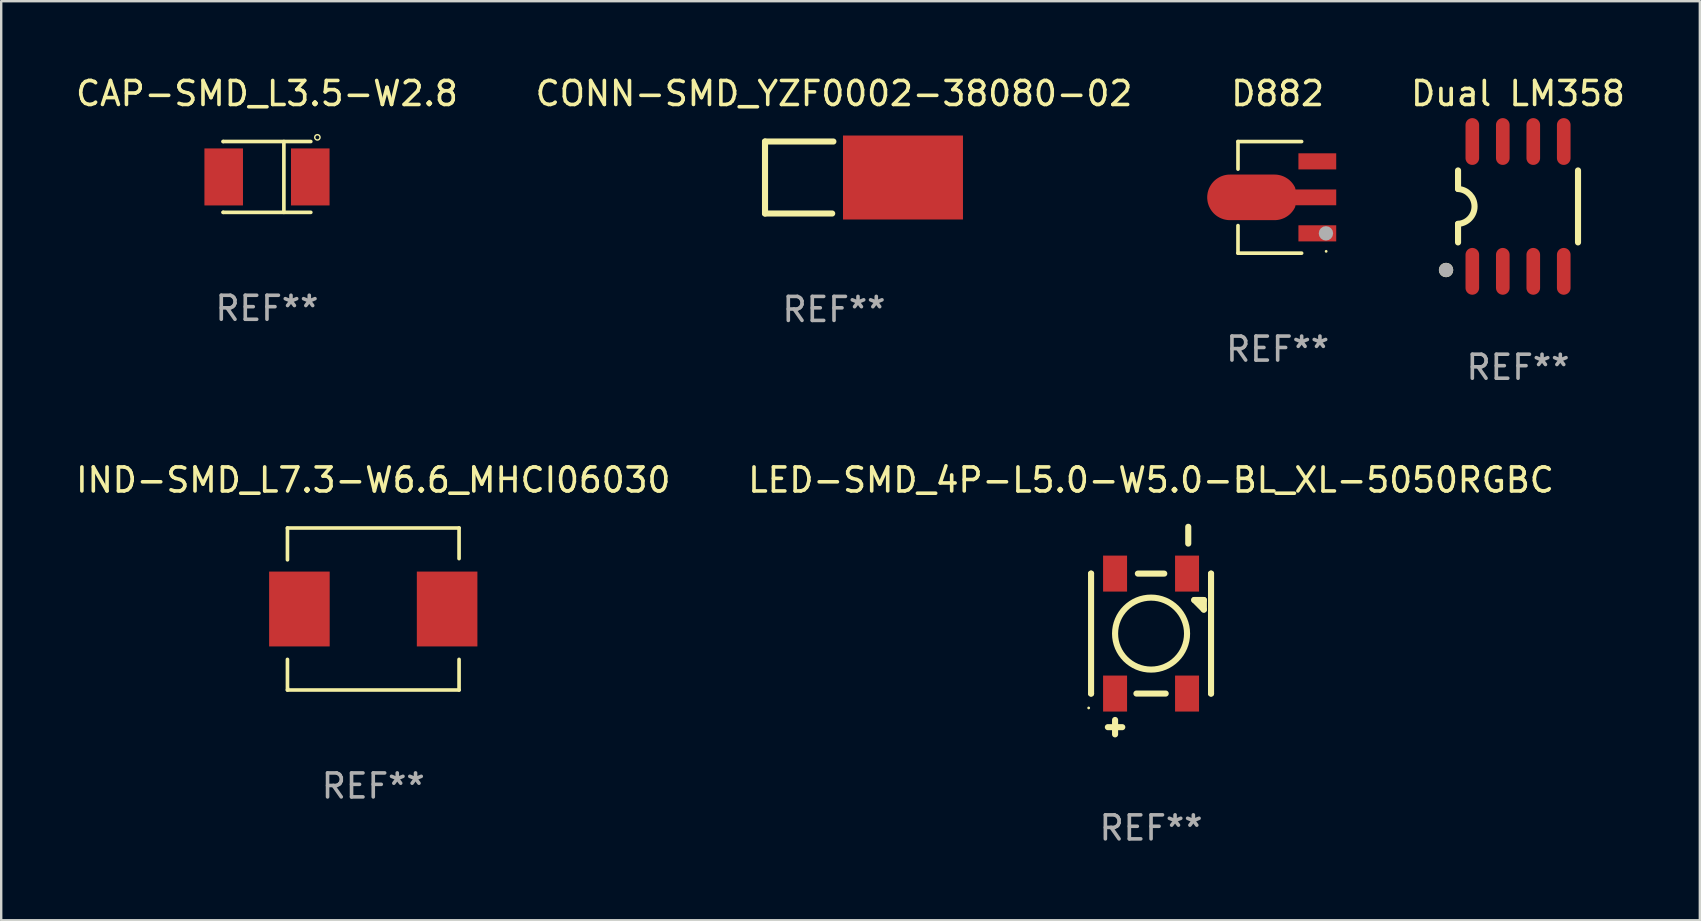
<source format=kicad_pcb>
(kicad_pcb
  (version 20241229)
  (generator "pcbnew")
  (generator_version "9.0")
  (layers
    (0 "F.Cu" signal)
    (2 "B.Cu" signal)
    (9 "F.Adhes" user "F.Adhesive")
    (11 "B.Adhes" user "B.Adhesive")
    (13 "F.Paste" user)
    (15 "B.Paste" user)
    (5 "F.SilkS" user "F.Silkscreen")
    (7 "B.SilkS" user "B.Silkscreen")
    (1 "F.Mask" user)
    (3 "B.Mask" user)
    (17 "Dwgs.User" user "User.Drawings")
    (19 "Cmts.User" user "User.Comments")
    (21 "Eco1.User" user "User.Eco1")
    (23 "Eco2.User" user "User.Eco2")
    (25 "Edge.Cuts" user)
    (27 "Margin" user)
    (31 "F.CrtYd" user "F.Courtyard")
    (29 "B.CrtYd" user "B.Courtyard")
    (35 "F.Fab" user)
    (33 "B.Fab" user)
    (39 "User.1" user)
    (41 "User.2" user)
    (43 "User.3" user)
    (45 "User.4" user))
  (footprint "LED-SMD_4P-L5.0-W5.0-BL_XL-5050RGBC"
    (layer "F.Cu")
    (at 44.922 23.355)
    (property "Reference" "LED-SMD_4P-L5.0-W5.0-BL_XL-5050RGBC" (at 0.000127 -6.4 0) (layer "F.SilkS") (effects (font (size 1 1) (thickness 0.15))))
    (attr smd)
    (fp_line (start -2.5 -2.499) (end -2.5 -2.499) (stroke (width 0.254) (type solid)) (layer "F.SilkS"))
    (fp_line (start -2.5 2.501) (end -2.5 -2.499) (stroke (width 0.254) (type solid)) (layer "F.SilkS"))
    (fp_line (start -2.5 2.501) (end -2.5 2.501) (stroke (width 0.254) (type solid)) (layer "F.SilkS"))
    (fp_line (start -1.8 3.9) (end -1.2 3.9) (stroke (width 0.254) (type solid)) (layer "F.SilkS"))
    (fp_line (start -1.5 4.2) (end -1.5 3.6) (stroke (width 0.254) (type solid)) (layer "F.SilkS"))
    (fp_line (start -0.61 2.5) (end 0.61 2.5) (stroke (width 0.254) (type solid)) (layer "F.SilkS"))
    (fp_line (start -0.55 -2.499) (end 0.55 -2.499) (stroke (width 0.254) (type solid)) (layer "F.SilkS"))
    (fp_line (start 1.55 -4.45) (end 1.55 -3.75) (stroke (width 0.254) (type solid)) (layer "F.SilkS"))
    (fp_line (start 1.8 -1.399) (end 2.2 -1.399) (stroke (width 0.254) (type solid)) (layer "F.SilkS"))
    (fp_line (start 2.2 -0.999) (end 1.8 -1.399) (stroke (width 0.254) (type solid)) (layer "F.SilkS"))
    (fp_line (start 2.2 -1.399) (end 2.2 -0.999) (stroke (width 0.254) (type solid)) (layer "F.SilkS"))
    (fp_line (start 2.5 -2.499) (end 2.5 -2.499) (stroke (width 0.254) (type solid)) (layer "F.SilkS"))
    (fp_line (start 2.5 2.501) (end 2.5 -2.499) (stroke (width 0.254) (type solid)) (layer "F.SilkS"))
    (fp_line (start 2.5 2.501) (end 2.5 2.501) (stroke (width 0.254) (type solid)) (layer "F.SilkS"))
    (fp_circle (center -2.6 3.1) (end -2.57 3.1) (stroke (width 0.06) (type solid)) (fill no) (layer "F.SilkS"))
    (fp_circle (center 0 0.001) (end 1.5 0.001) (stroke (width 0.254) (type solid)) (fill no) (layer "F.SilkS"))
    (fp_text user "REF**" (at 0.000127 8.1 0) (layer "F.Fab") (effects (font (size 1 1) (thickness 0.15))))
    (pad "1" smd rect (at -1.5 2.5 90) (size 1.5 1) (layers "F.Cu" "F.Mask" "F.Paste"))
    (pad "2" smd rect (at 1.5 2.5 90) (size 1.5 1) (layers "F.Cu" "F.Mask" "F.Paste"))
    (pad "3" smd rect (at 1.5 -2.5 90) (size 1.5 1) (layers "F.Cu" "F.Mask" "F.Paste"))
    (pad "4" smd rect (at -1.5 -2.5 90) (size 1.5 1) (layers "F.Cu" "F.Mask" "F.Paste")))
  (footprint "CONN-SMD_YZF0002-38080-02"
    (layer "F.Cu")
    (at 34.583 4.348)
    (property "Reference" "CONN-SMD_YZF0002-38080-02" (at -2.875 -3.5 0) (layer "F.SilkS") (effects (font (size 1 1) (thickness 0.15))))
    (attr smd)
    (fp_line (start -5.75 -1.5) (end -5.75 1.5) (stroke (width 0.254) (type solid)) (layer "F.SilkS"))
    (fp_line (start -5.75 1.5) (end -2.95 1.5) (stroke (width 0.254) (type solid)) (layer "F.SilkS"))
    (fp_line (start -2.9 -1.5) (end -5.75 -1.5) (stroke (width 0.254) (type solid)) (layer "F.SilkS"))
    (fp_text user "REF**" (at -2.875 5.5 0) (layer "F.Fab") (effects (font (size 1 1) (thickness 0.15))))
    (pad "1" smd rect (at 0 0) (size 5 3.5) (layers "F.Cu" "F.Mask" "F.Paste")))
  (footprint "CAP-SMD_L3.5-W2.8"
    (layer "F.Cu")
    (at 8.077 4.324)
    (property "Reference" "CAP-SMD_L3.5-W2.8" (at 0 -3.476 0) (layer "F.SilkS") (effects (font (size 1 1) (thickness 0.15))))
    (attr smd)
    (fp_line (start -1.826 -1.476) (end -1.826 -1.476) (stroke (width 0.152) (type solid)) (layer "F.SilkS"))
    (fp_line (start -1.826 -1.476) (end 1.826 -1.476) (stroke (width 0.152) (type solid)) (layer "F.SilkS"))
    (fp_line (start -1.826 1.476) (end -1.826 1.476) (stroke (width 0.152) (type solid)) (layer "F.SilkS"))
    (fp_line (start -1.826 1.476) (end 1.826 1.476) (stroke (width 0.152) (type solid)) (layer "F.SilkS"))
    (fp_line (start 0.704 -1.476) (end 0.704 1.476) (stroke (width 0.152) (type solid)) (layer "F.SilkS"))
    (fp_circle (center 2.1 -1.65) (end 2.2 -1.7) (stroke (width 0.06) (type solid)) (fill no) (layer "F.SilkS"))
    (fp_text user "REF**" (at 0 5.476 0) (layer "F.Fab") (effects (font (size 1 1) (thickness 0.15))))
    (pad "1" smd rect (at 1.804 0) (size 1.607 2.376) (layers "F.Cu" "F.Mask" "F.Paste"))
    (pad "2" smd rect (at -1.804 0) (size 1.607 2.376) (layers "F.Cu" "F.Mask" "F.Paste")))
  (footprint "Dual LM358"
    (layer "F.Cu")
    (at 60.216 5.553)
    (property "Reference" "Dual LM358" (at 0 -4.705 0) (layer "F.SilkS") (effects (font (size 1 1) (thickness 0.15))))
    (attr smd)
    (fp_line (start -2.5 -1.5) (end -2.5 -0.726) (stroke (width 0.254) (type solid)) (layer "F.SilkS"))
    (fp_line (start -2.5 1.5) (end -2.5 0.727) (stroke (width 0.254) (type solid)) (layer "F.SilkS"))
    (fp_line (start 2.5 -1.5) (end 2.5 1.5) (stroke (width 0.254) (type solid)) (layer "F.SilkS"))
    (fp_arc (start -2.495098 -0.726289) (mid -1.812145 0.002452) (end -2.499999 0.726568) (stroke (width 0.254001) (type solid)) (layer "F.SilkS"))
    (fp_circle (center -3 2.65) (end -2.85 2.65) (stroke (width 0.3) (type solid)) (fill no) (layer "F.SilkS"))
    (fp_circle (center -3 2.65) (end -2.85 2.65) (stroke (width 0.3) (type solid)) (fill no) (layer "F.Fab"))
    (fp_text user "REF**" (at 0 6.705 0) (layer "F.Fab") (effects (font (size 1 1) (thickness 0.15))))
    (pad "1" smd oval (at -1.905 2.705) (size 0.568 1.95) (layers "F.Cu" "F.Mask" "F.Paste"))
    (pad "2" smd oval (at -0.635 2.705) (size 0.568 1.95) (layers "F.Cu" "F.Mask" "F.Paste"))
    (pad "3" smd oval (at 0.635 2.705) (size 0.568 1.95) (layers "F.Cu" "F.Mask" "F.Paste"))
    (pad "4" smd oval (at 1.905 2.705) (size 0.568 1.95) (layers "F.Cu" "F.Mask" "F.Paste"))
    (pad "5" smd oval (at 1.905 -2.705) (size 0.568 1.95) (layers "F.Cu" "F.Mask" "F.Paste"))
    (pad "6" smd oval (at 0.635 -2.705) (size 0.568 1.95) (layers "F.Cu" "F.Mask" "F.Paste"))
    (pad "7" smd oval (at -0.635 -2.705) (size 0.568 1.95) (layers "F.Cu" "F.Mask" "F.Paste"))
    (pad "8" smd oval (at -1.905 -2.705) (size 0.568 1.95) (layers "F.Cu" "F.Mask" "F.Paste")))
  (footprint "IND-SMD_L7.3-W6.6_MHCI06030"
    (layer "F.Cu")
    (at 12.506 22.331)
    (property "Reference" "IND-SMD_L7.3-W6.6_MHCI06030" (at 0 -5.376 0) (layer "F.SilkS") (effects (font (size 1 1) (thickness 0.15))))
    (attr smd)
    (fp_line (start -3.576 -3.376) (end 3.576 -3.376) (stroke (width 0.152) (type solid)) (layer "F.SilkS"))
    (fp_line (start -3.576 -2.05) (end -3.576 -3.376) (stroke (width 0.152) (type solid)) (layer "F.SilkS"))
    (fp_line (start -3.576 2.1) (end -3.576 3.376) (stroke (width 0.152) (type solid)) (layer "F.SilkS"))
    (fp_line (start -3.576 3.376) (end 3.576 3.376) (stroke (width 0.152) (type solid)) (layer "F.SilkS"))
    (fp_line (start 3.576 -3.376) (end 3.576 -2.1) (stroke (width 0.152) (type solid)) (layer "F.SilkS"))
    (fp_line (start 3.576 3.376) (end 3.576 2.1) (stroke (width 0.152) (type solid)) (layer "F.SilkS"))
    (fp_circle (center -3.552 3.307) (end -3.522 3.307) (stroke (width 0.06) (type solid)) (fill no) (layer "F.SilkS"))
    (fp_text user "REF**" (at 0 7.376 0) (layer "F.Fab") (effects (font (size 1 1) (thickness 0.15))))
    (pad "1" smd rect (at -3.078 0) (size 2.524 3.12) (layers "F.Cu" "F.Mask" "F.Paste"))
    (pad "2" smd rect (at 3.078 0) (size 2.524 3.12) (layers "F.Cu" "F.Mask" "F.Paste")))
  (footprint "D882"
    (layer "F.Cu")
    (at 50.495 5.175)
    (property "Reference" "D882" (at -0.297 -4.326 0) (layer "F.SilkS") (effects (font (size 1 1) (thickness 0.15))))
    (attr smd)
    (fp_line (start -1.95 -2.326) (end -1.95 -1.177) (stroke (width 0.152) (type solid)) (layer "F.SilkS"))
    (fp_line (start -1.95 2.326) (end -1.95 1.177) (stroke (width 0.152) (type solid)) (layer "F.SilkS"))
    (fp_line (start 0.702 -2.326) (end -1.95 -2.326) (stroke (width 0.152) (type solid)) (layer "F.SilkS"))
    (fp_line (start 0.702 2.326) (end -1.95 2.326) (stroke (width 0.152) (type solid)) (layer "F.SilkS"))
    (fp_circle (center 1.724 2.25) (end 1.754 2.25) (stroke (width 0.06) (type solid)) (fill no) (layer "F.SilkS"))
    (fp_circle (center 1.715 1.5) (end 1.865 1.5) (stroke (width 0.3) (type solid)) (fill no) (layer "F.Fab"))
    (fp_text user "REF**" (at -0.297 6.326 0) (layer "F.Fab") (effects (font (size 1 1) (thickness 0.15))))
    (pad "1" smd rect (at 1.356 1.5) (size 1.575 0.672) (layers "F.Cu" "F.Mask" "F.Paste"))
    (pad "2" smd custom (at -1.356 0.000127) (size 0.1 0.1) (layers "F.Cu" "F.Mask" "F.Paste") (options (anchor circle)) (primitives (gr_poly (pts (xy -0.927 -0.95) (xy 0.927 -0.95) (xy 0.972 -0.949) (xy 1.016 -0.946) (xy 1.06 -0.941) (xy 1.104 -0.933) (xy 1.148 -0.924) (xy 1.191 -0.913) (xy 1.233 -0.899) (xy 1.275 -0.884) (xy 1.316 -0.867) (xy 1.357 -0.847) (xy 1.396 -0.826) (xy 1.434 -0.803) (xy 1.471 -0.779) (xy 1.507 -0.753) (xy 1.542 -0.725) (xy 1.575 -0.695) (xy 1.607 -0.664) (xy 1.637 -0.631) (xy 1.666 -0.597) (xy 1.693 -0.562) (xy 1.719 -0.525) (xy 1.742 -0.488) (xy 1.764 -0.449) (xy 1.785 -0.409) (xy 1.803 -0.33) (xy 3.5 -0.33) (xy 3.5 0.33) (xy 1.803 0.33) (xy 1.785 0.409) (xy 1.764 0.449) (xy 1.742 0.488) (xy 1.719 0.526) (xy 1.693 0.562) (xy 1.666 0.597) (xy 1.637 0.631) (xy 1.607 0.664) (xy 1.575 0.695) (xy 1.542 0.725) (xy 1.507 0.753) (xy 1.471 0.779) (xy 1.434 0.804) (xy 1.396 0.826) (xy 1.357 0.848) (xy 1.316 0.867) (xy 1.275 0.884) (xy 1.233 0.899) (xy 1.191 0.913) (xy 1.148 0.924) (xy 1.104 0.933) (xy 1.06 0.941) (xy 1.016 0.946) (xy 0.972 0.949) (xy 0.927 0.95) (xy -0.927 0.95) (xy -0.972 0.949) (xy -1.016 0.946) (xy -1.06 0.941) (xy -1.104 0.933) (xy -1.148 0.924) (xy -1.191 0.913) (xy -1.233 0.899) (xy -1.275 0.884) (xy -1.316 0.867) (xy -1.356 0.848) (xy -1.396 0.826) (xy -1.434 0.804) (xy -1.471 0.779) (xy -1.507 0.753) (xy -1.541 0.725) (xy -1.575 0.695) (xy -1.607 0.664) (xy -1.637 0.631) (xy -1.666 0.597) (xy -1.693 0.562) (xy -1.718 0.526) (xy -1.742 0.488) (xy -1.764 0.449) (xy -1.784 0.409) (xy -1.803 0.369) (xy -1.819 0.327) (xy -1.833 0.285) (xy -1.846 0.242) (xy -1.856 0.199) (xy -1.864 0.155) (xy -1.87 0.111) (xy -1.875 0.067) (xy -1.877 0.022) (xy -1.877 -0.022) (xy -1.875 -0.067) (xy -1.87 -0.111) (xy -1.864 -0.155) (xy -1.856 -0.199) (xy -1.846 -0.242) (xy -1.833 -0.285) (xy -1.819 -0.327) (xy -1.803 -0.369) (xy -1.784 -0.409) (xy -1.764 -0.449) (xy -1.742 -0.488) (xy -1.718 -0.525) (xy -1.693 -0.562) (xy -1.666 -0.597) (xy -1.637 -0.631) (xy -1.607 -0.664) (xy -1.575 -0.695) (xy -1.541 -0.725) (xy -1.507 -0.753) (xy -1.471 -0.779) (xy -1.434 -0.803) (xy -1.396 -0.826) (xy -1.356 -0.847) (xy -1.316 -0.867) (xy -1.275 -0.884) (xy -1.233 -0.899) (xy -1.191 -0.913) (xy -1.148 -0.924) (xy -1.104 -0.933) (xy -1.06 -0.941) (xy -1.016 -0.946) (xy -0.972 -0.949) (xy -0.927 -0.95)) (width 0) (fill yes))))
    (pad "3" smd rect (at 1.356 -1.5) (size 1.575 0.672) (layers "F.Cu" "F.Mask" "F.Paste")))
  (gr_rect
    (start -3 -3)
    (end 67.793 35.303)
    (stroke (width 0.1) (type default))
    (fill no)
    (layer "Edge.Cuts")))
</source>
